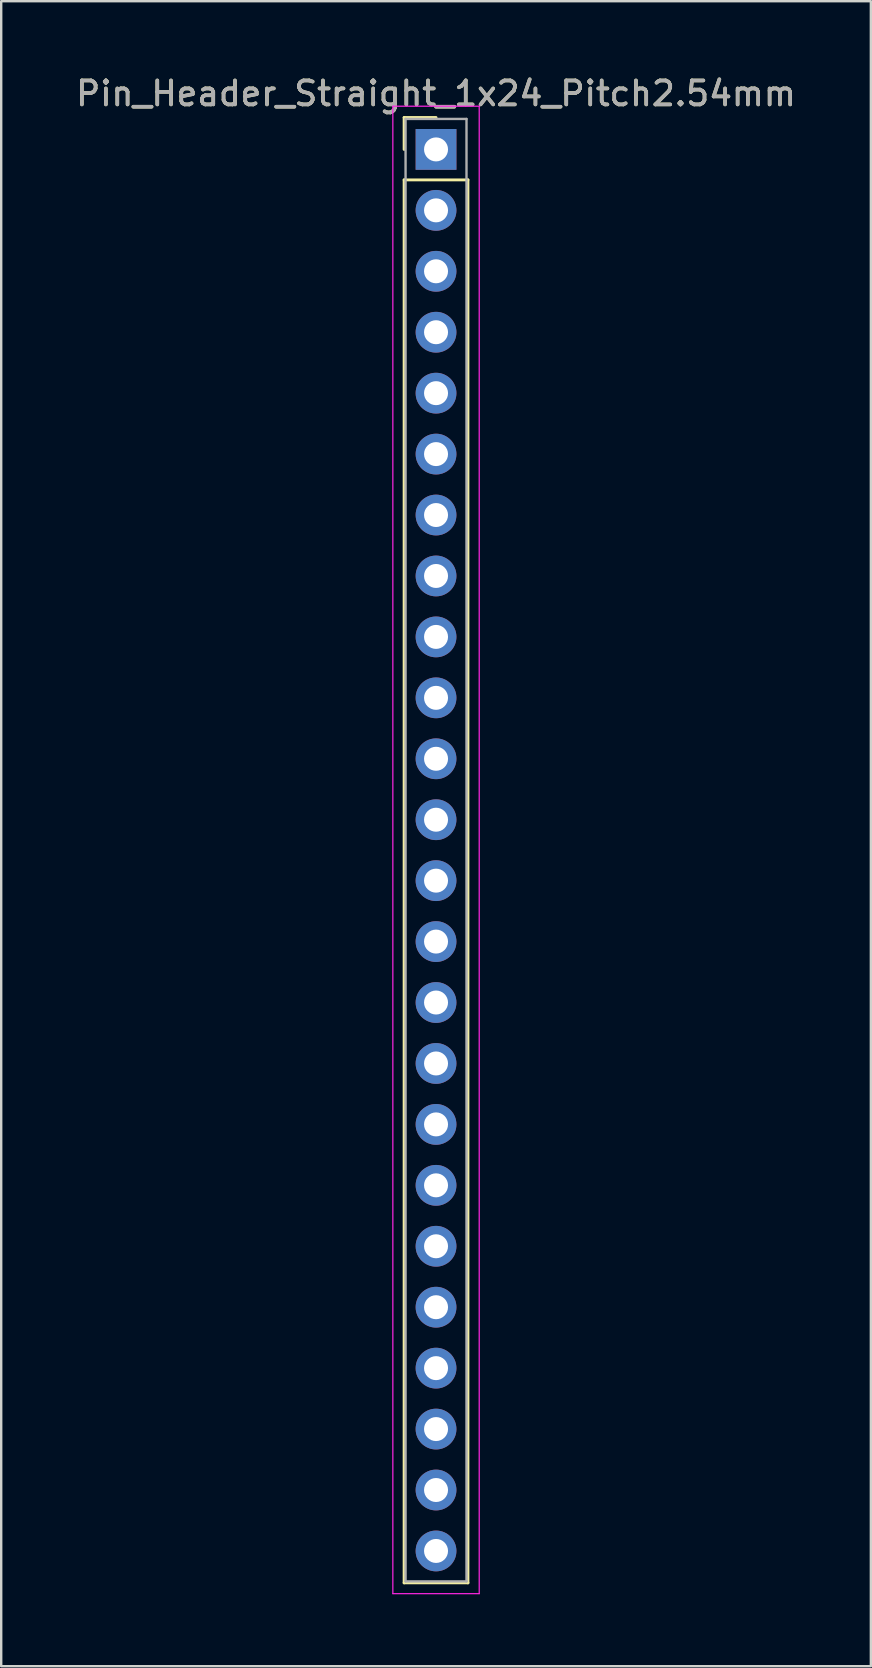
<source format=kicad_pcb>
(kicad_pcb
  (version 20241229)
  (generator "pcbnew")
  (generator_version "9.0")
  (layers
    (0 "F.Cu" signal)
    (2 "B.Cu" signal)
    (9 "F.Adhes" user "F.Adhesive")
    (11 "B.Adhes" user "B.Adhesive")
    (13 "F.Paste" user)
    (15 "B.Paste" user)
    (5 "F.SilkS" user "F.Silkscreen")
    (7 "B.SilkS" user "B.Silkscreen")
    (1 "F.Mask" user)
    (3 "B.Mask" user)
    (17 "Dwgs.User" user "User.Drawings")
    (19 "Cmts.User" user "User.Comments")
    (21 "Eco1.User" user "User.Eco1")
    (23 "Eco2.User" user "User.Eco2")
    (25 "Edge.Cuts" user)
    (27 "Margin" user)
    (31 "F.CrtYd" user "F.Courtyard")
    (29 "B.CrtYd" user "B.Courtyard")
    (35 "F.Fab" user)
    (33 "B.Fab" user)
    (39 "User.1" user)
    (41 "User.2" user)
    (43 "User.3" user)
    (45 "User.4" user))
  (footprint "Pin_Header_Straight_1x24_Pitch2.54mm"
    (layer "F.Cu")
    (at 15.125 3.178)
    (property "Reference" "Pin_Header_Straight_1x24_Pitch2.54mm" (at 0 -2.33 0) (layer "F.SilkS") (effects (font (size 1 1) (thickness 0.15))))
    (attr through_hole)
    (fp_line (start -1.33 -1.33) (end 0 -1.33) (stroke (width 0.12) (type solid)) (layer "F.SilkS"))
    (fp_line (start -1.33 0) (end -1.33 -1.33) (stroke (width 0.12) (type solid)) (layer "F.SilkS"))
    (fp_line (start -1.33 1.27) (end -1.33 59.75) (stroke (width 0.12) (type solid)) (layer "F.SilkS"))
    (fp_line (start -1.33 59.75) (end 1.33 59.75) (stroke (width 0.12) (type solid)) (layer "F.SilkS"))
    (fp_line (start 1.33 1.27) (end -1.33 1.27) (stroke (width 0.12) (type solid)) (layer "F.SilkS"))
    (fp_line (start 1.33 59.75) (end 1.33 1.27) (stroke (width 0.12) (type solid)) (layer "F.SilkS"))
    (fp_line (start -1.8 -1.8) (end -1.8 60.2) (stroke (width 0.05) (type solid)) (layer "F.CrtYd"))
    (fp_line (start -1.8 60.2) (end 1.8 60.2) (stroke (width 0.05) (type solid)) (layer "F.CrtYd"))
    (fp_line (start 1.8 -1.8) (end -1.8 -1.8) (stroke (width 0.05) (type solid)) (layer "F.CrtYd"))
    (fp_line (start 1.8 60.2) (end 1.8 -1.8) (stroke (width 0.05) (type solid)) (layer "F.CrtYd"))
    (fp_line (start -1.27 -1.27) (end -1.27 59.69) (stroke (width 0.1) (type solid)) (layer "F.Fab"))
    (fp_line (start -1.27 59.69) (end 1.27 59.69) (stroke (width 0.1) (type solid)) (layer "F.Fab"))
    (fp_line (start 1.27 -1.27) (end -1.27 -1.27) (stroke (width 0.1) (type solid)) (layer "F.Fab"))
    (fp_line (start 1.27 59.69) (end 1.27 -1.27) (stroke (width 0.1) (type solid)) (layer "F.Fab"))
    (fp_text user "${REFERENCE}" (at 0 -2.33 0) (layer "F.Fab") (effects (font (size 1 1) (thickness 0.15))))
    (pad "1" thru_hole rect (at 0 0) (size 1.7 1.7) (drill 1) (layers "*.Cu" "*.Mask"))
    (pad "2" thru_hole oval (at 0 2.54) (size 1.7 1.7) (drill 1) (layers "*.Cu" "*.Mask"))
    (pad "3" thru_hole oval (at 0 5.08) (size 1.7 1.7) (drill 1) (layers "*.Cu" "*.Mask"))
    (pad "4" thru_hole oval (at 0 7.62) (size 1.7 1.7) (drill 1) (layers "*.Cu" "*.Mask"))
    (pad "5" thru_hole oval (at 0 10.16) (size 1.7 1.7) (drill 1) (layers "*.Cu" "*.Mask"))
    (pad "6" thru_hole oval (at 0 12.7) (size 1.7 1.7) (drill 1) (layers "*.Cu" "*.Mask"))
    (pad "7" thru_hole oval (at 0 15.24) (size 1.7 1.7) (drill 1) (layers "*.Cu" "*.Mask"))
    (pad "8" thru_hole oval (at 0 17.78) (size 1.7 1.7) (drill 1) (layers "*.Cu" "*.Mask"))
    (pad "9" thru_hole oval (at 0 20.32) (size 1.7 1.7) (drill 1) (layers "*.Cu" "*.Mask"))
    (pad "10" thru_hole oval (at 0 22.86) (size 1.7 1.7) (drill 1) (layers "*.Cu" "*.Mask"))
    (pad "11" thru_hole oval (at 0 25.4) (size 1.7 1.7) (drill 1) (layers "*.Cu" "*.Mask"))
    (pad "12" thru_hole oval (at 0 27.94) (size 1.7 1.7) (drill 1) (layers "*.Cu" "*.Mask"))
    (pad "13" thru_hole oval (at 0 30.48) (size 1.7 1.7) (drill 1) (layers "*.Cu" "*.Mask"))
    (pad "14" thru_hole oval (at 0 33.02) (size 1.7 1.7) (drill 1) (layers "*.Cu" "*.Mask"))
    (pad "15" thru_hole oval (at 0 35.56) (size 1.7 1.7) (drill 1) (layers "*.Cu" "*.Mask"))
    (pad "16" thru_hole oval (at 0 38.1) (size 1.7 1.7) (drill 1) (layers "*.Cu" "*.Mask"))
    (pad "17" thru_hole oval (at 0 40.64) (size 1.7 1.7) (drill 1) (layers "*.Cu" "*.Mask"))
    (pad "18" thru_hole oval (at 0 43.18) (size 1.7 1.7) (drill 1) (layers "*.Cu" "*.Mask"))
    (pad "19" thru_hole oval (at 0 45.72) (size 1.7 1.7) (drill 1) (layers "*.Cu" "*.Mask"))
    (pad "20" thru_hole oval (at 0 48.26) (size 1.7 1.7) (drill 1) (layers "*.Cu" "*.Mask"))
    (pad "21" thru_hole oval (at 0 50.8) (size 1.7 1.7) (drill 1) (layers "*.Cu" "*.Mask"))
    (pad "22" thru_hole oval (at 0 53.34) (size 1.7 1.7) (drill 1) (layers "*.Cu" "*.Mask"))
    (pad "23" thru_hole oval (at 0 55.88) (size 1.7 1.7) (drill 1) (layers "*.Cu" "*.Mask"))
    (pad "24" thru_hole oval (at 0 58.42) (size 1.7 1.7) (drill 1) (layers "*.Cu" "*.Mask")))
  (gr_rect
    (start -3 -3)
    (end 33.25 66.403)
    (stroke (width 0.1) (type default))
    (fill no)
    (layer "Edge.Cuts")))
</source>
